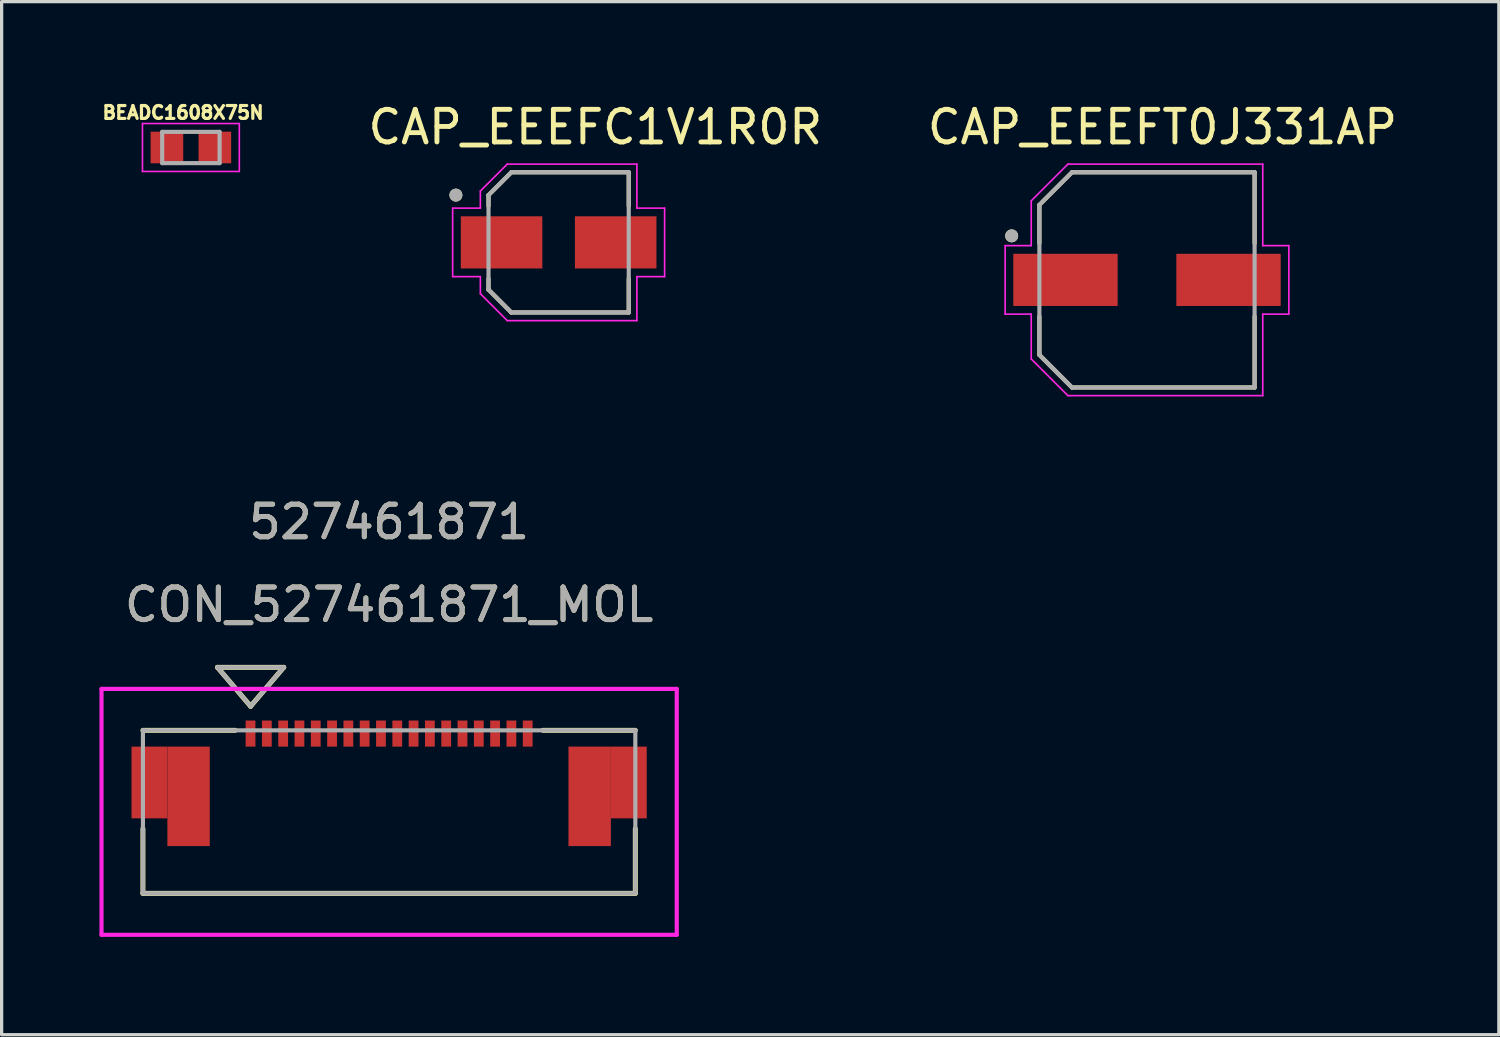
<source format=kicad_pcb>
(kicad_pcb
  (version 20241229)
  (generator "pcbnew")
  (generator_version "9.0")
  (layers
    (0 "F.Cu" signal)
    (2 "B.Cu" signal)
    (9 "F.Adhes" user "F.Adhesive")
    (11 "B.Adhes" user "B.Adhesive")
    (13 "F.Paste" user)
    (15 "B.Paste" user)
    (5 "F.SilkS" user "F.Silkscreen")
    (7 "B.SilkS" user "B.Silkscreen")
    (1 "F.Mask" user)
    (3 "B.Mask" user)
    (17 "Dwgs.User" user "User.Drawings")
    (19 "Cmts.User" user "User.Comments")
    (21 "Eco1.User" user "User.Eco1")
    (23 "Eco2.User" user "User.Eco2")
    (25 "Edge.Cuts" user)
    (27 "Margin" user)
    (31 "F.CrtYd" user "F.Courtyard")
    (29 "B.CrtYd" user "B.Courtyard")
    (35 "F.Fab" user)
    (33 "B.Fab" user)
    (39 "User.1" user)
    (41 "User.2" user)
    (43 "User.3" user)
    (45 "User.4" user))
  (footprint "CAP_EEEFT0J331AP"
    (layer "F.Cu")
    (at 32.124 5.533)
    (property "Reference" "CAP_EEEFT0J331AP" (at 0.475 -4.685 0) (layer "F.SilkS") (effects (font (size 1 1) (thickness 0.15))))
    (attr smd)
    (fp_line (start -3.3 -2.3) (end -3.3 -1.12) (stroke (width 0.127) (type solid)) (layer "F.SilkS"))
    (fp_line (start -3.3 1.12) (end -3.3 2.3) (stroke (width 0.127) (type solid)) (layer "F.SilkS"))
    (fp_line (start -3.3 2.3) (end -2.3 3.3) (stroke (width 0.127) (type solid)) (layer "F.SilkS"))
    (fp_line (start -2.3 -3.3) (end -3.3 -2.3) (stroke (width 0.127) (type solid)) (layer "F.SilkS"))
    (fp_line (start -2.3 3.3) (end 3.3 3.3) (stroke (width 0.127) (type solid)) (layer "F.SilkS"))
    (fp_line (start 3.3 -3.3) (end -2.3 -3.3) (stroke (width 0.127) (type solid)) (layer "F.SilkS"))
    (fp_line (start 3.3 -1.12) (end 3.3 -3.3) (stroke (width 0.127) (type solid)) (layer "F.SilkS"))
    (fp_line (start 3.3 3.3) (end 3.3 1.12) (stroke (width 0.127) (type solid)) (layer "F.SilkS"))
    (fp_circle (center -4.15 -1.35) (end -4.05 -1.35) (stroke (width 0.2) (type solid)) (fill no) (layer "F.SilkS"))
    (fp_line (start -4.35 -1.05) (end -3.55 -1.05) (stroke (width 0.05) (type solid)) (layer "F.CrtYd"))
    (fp_line (start -4.35 1.05) (end -4.35 -1.05) (stroke (width 0.05) (type solid)) (layer "F.CrtYd"))
    (fp_line (start -3.55 -2.425) (end -2.425 -3.55) (stroke (width 0.05) (type solid)) (layer "F.CrtYd"))
    (fp_line (start -3.55 -1.05) (end -3.55 -2.425) (stroke (width 0.05) (type solid)) (layer "F.CrtYd"))
    (fp_line (start -3.55 1.05) (end -4.35 1.05) (stroke (width 0.05) (type solid)) (layer "F.CrtYd"))
    (fp_line (start -3.55 2.425) (end -3.55 1.05) (stroke (width 0.05) (type solid)) (layer "F.CrtYd"))
    (fp_line (start -2.425 -3.55) (end 3.55 -3.55) (stroke (width 0.05) (type solid)) (layer "F.CrtYd"))
    (fp_line (start -2.425 3.55) (end -3.55 2.425) (stroke (width 0.05) (type solid)) (layer "F.CrtYd"))
    (fp_line (start 3.55 -3.55) (end 3.55 -1.05) (stroke (width 0.05) (type solid)) (layer "F.CrtYd"))
    (fp_line (start 3.55 -1.05) (end 4.35 -1.05) (stroke (width 0.05) (type solid)) (layer "F.CrtYd"))
    (fp_line (start 3.55 1.05) (end 3.55 3.55) (stroke (width 0.05) (type solid)) (layer "F.CrtYd"))
    (fp_line (start 3.55 3.55) (end -2.425 3.55) (stroke (width 0.05) (type solid)) (layer "F.CrtYd"))
    (fp_line (start 4.35 -1.05) (end 4.35 1.05) (stroke (width 0.05) (type solid)) (layer "F.CrtYd"))
    (fp_line (start 4.35 1.05) (end 3.55 1.05) (stroke (width 0.05) (type solid)) (layer "F.CrtYd"))
    (fp_line (start -3.3 -2.3) (end -3.3 2.3) (stroke (width 0.127) (type solid)) (layer "F.Fab"))
    (fp_line (start -3.3 2.3) (end -2.3 3.3) (stroke (width 0.127) (type solid)) (layer "F.Fab"))
    (fp_line (start -2.3 -3.3) (end -3.3 -2.3) (stroke (width 0.127) (type solid)) (layer "F.Fab"))
    (fp_line (start -2.3 3.3) (end 3.3 3.3) (stroke (width 0.127) (type solid)) (layer "F.Fab"))
    (fp_line (start 3.3 -3.3) (end -2.3 -3.3) (stroke (width 0.127) (type solid)) (layer "F.Fab"))
    (fp_line (start 3.3 3.3) (end 3.3 -3.3) (stroke (width 0.127) (type solid)) (layer "F.Fab"))
    (fp_circle (center -4.15 -1.35) (end -4.05 -1.35) (stroke (width 0.2) (type solid)) (fill no) (layer "F.Fab"))
    (pad "1" smd rect (at -2.5 0) (size 3.2 1.6) (layers "F.Cu" "F.Mask" "F.Paste"))
    (pad "2" smd rect (at 2.5 0) (size 3.2 1.6) (layers "F.Cu" "F.Mask" "F.Paste")))
  (footprint "CON_527461871_MOL"
    (layer "F.Cu")
    (at 8.883 21.846)
    (property "Reference" "CON_527461871_MOL" (at 0 -6.35 0) (unlocked yes) (layer "F.SilkS") (effects (font (size 1 1) (thickness 0.15))))
    (attr smd)
    (fp_poly (pts (xy -6.8 -2) (xy -7.9 -2) (xy -7.9 0.2) (xy -6.8 0.2)) (stroke (width 0) (type solid)) (fill yes) (layer "F.Cu"))
    (fp_poly (pts (xy 6.8 -2) (xy 7.9 -2) (xy 7.9 0.2) (xy 6.8 0.2)) (stroke (width 0) (type solid)) (fill yes) (layer "F.Cu"))
    (fp_poly (pts (xy -6.8 -2) (xy -7.9 -2) (xy -7.9 0.2) (xy -6.8 0.2)) (stroke (width 0) (type solid)) (fill yes) (layer "F.Mask"))
    (fp_poly (pts (xy 6.8 -2) (xy 7.9 -2) (xy 7.9 0.2) (xy 6.8 0.2)) (stroke (width 0) (type solid)) (fill yes) (layer "F.Mask"))
    (fp_line (start -7.55 0.517) (end -7.55 2.5) (stroke (width 0.152) (type solid)) (layer "F.SilkS"))
    (fp_line (start -7.55 2.5) (end 7.55 2.5) (stroke (width 0.152) (type solid)) (layer "F.SilkS"))
    (fp_line (start -5.264 -4.432) (end -4.248 -3.238) (stroke (width 0.152) (type solid)) (layer "F.SilkS"))
    (fp_line (start -5.264 -4.432) (end -3.232 -4.432) (stroke (width 0.152) (type solid)) (layer "F.SilkS"))
    (fp_line (start -4.717 -2.5) (end -7.55 -2.5) (stroke (width 0.152) (type solid)) (layer "F.SilkS"))
    (fp_line (start -3.232 -4.432) (end -4.248 -3.238) (stroke (width 0.152) (type solid)) (layer "F.SilkS"))
    (fp_line (start 7.55 -2.5) (end 4.718 -2.5) (stroke (width 0.152) (type solid)) (layer "F.SilkS"))
    (fp_line (start 7.55 2.5) (end 7.55 0.517) (stroke (width 0.152) (type solid)) (layer "F.SilkS"))
    (fp_poly (pts (xy -6.8 -2) (xy -7.9 -2) (xy -7.9 0.2) (xy -6.8 0.2)) (stroke (width 0) (type solid)) (fill yes) (layer "F.Paste"))
    (fp_poly (pts (xy 6.8 -2) (xy 7.9 -2) (xy 7.9 0.2) (xy 6.8 0.2)) (stroke (width 0) (type solid)) (fill yes) (layer "F.Paste"))
    (fp_line (start -8.82 -3.77) (end -8.82 3.77) (stroke (width 0.127) (type solid)) (layer "F.CrtYd"))
    (fp_line (start -8.82 3.77) (end 8.82 3.77) (stroke (width 0.127) (type solid)) (layer "F.CrtYd"))
    (fp_line (start 8.82 -3.77) (end -8.82 -3.77) (stroke (width 0.127) (type solid)) (layer "F.CrtYd"))
    (fp_line (start 8.82 3.77) (end 8.82 -3.77) (stroke (width 0.127) (type solid)) (layer "F.CrtYd"))
    (fp_line (start -7.55 -2.5) (end -7.55 2.5) (stroke (width 0.127) (type solid)) (layer "F.Fab"))
    (fp_line (start -7.55 2.5) (end 7.55 2.5) (stroke (width 0.127) (type solid)) (layer "F.Fab"))
    (fp_line (start -5.264 -4.432) (end -4.248 -3.238) (stroke (width 0.127) (type solid)) (layer "F.Fab"))
    (fp_line (start -5.264 -4.432) (end -3.232 -4.432) (stroke (width 0.127) (type solid)) (layer "F.Fab"))
    (fp_line (start -3.232 -4.432) (end -4.248 -3.238) (stroke (width 0.127) (type solid)) (layer "F.Fab"))
    (fp_line (start 7.55 -2.5) (end -7.55 -2.5) (stroke (width 0.127) (type solid)) (layer "F.Fab"))
    (fp_line (start 7.55 2.5) (end 7.55 -2.5) (stroke (width 0.127) (type solid)) (layer "F.Fab"))
    (fp_text user "527461871" (at 0 -8.89 0) (unlocked yes) (layer "F.SilkS") (effects (font (size 1 1) (thickness 0.15))))
    (fp_text user "${REFERENCE}" (at 0 -6.35 0) (unlocked yes) (layer "F.Fab") (effects (font (size 1 1) (thickness 0.15))))
    (fp_text user "527461871" (at 0 -8.89 0) (unlocked yes) (layer "F.Fab") (effects (font (size 1 1) (thickness 0.15))))
    (pad "1" smd rect (at -4.25 -2.4) (size 0.3 0.8) (layers "F.Cu" "F.Mask" "F.Paste"))
    (pad "2" smd rect (at -3.75 -2.4) (size 0.3 0.8) (layers "F.Cu" "F.Mask" "F.Paste"))
    (pad "3" smd rect (at -3.25 -2.4) (size 0.3 0.8) (layers "F.Cu" "F.Mask" "F.Paste"))
    (pad "4" smd rect (at -2.75 -2.4) (size 0.3 0.8) (layers "F.Cu" "F.Mask" "F.Paste"))
    (pad "5" smd rect (at -2.25 -2.4) (size 0.3 0.8) (layers "F.Cu" "F.Mask" "F.Paste"))
    (pad "6" smd rect (at -1.75 -2.4) (size 0.3 0.8) (layers "F.Cu" "F.Mask" "F.Paste"))
    (pad "7" smd rect (at -1.25 -2.4) (size 0.3 0.8) (layers "F.Cu" "F.Mask" "F.Paste"))
    (pad "8" smd rect (at -0.75 -2.4) (size 0.3 0.8) (layers "F.Cu" "F.Mask" "F.Paste"))
    (pad "9" smd rect (at -0.25 -2.4) (size 0.3 0.8) (layers "F.Cu" "F.Mask" "F.Paste"))
    (pad "10" smd rect (at 0.25 -2.4) (size 0.3 0.8) (layers "F.Cu" "F.Mask" "F.Paste"))
    (pad "11" smd rect (at 0.75 -2.4) (size 0.3 0.8) (layers "F.Cu" "F.Mask" "F.Paste"))
    (pad "12" smd rect (at 1.25 -2.4) (size 0.3 0.8) (layers "F.Cu" "F.Mask" "F.Paste"))
    (pad "13" smd rect (at 1.75 -2.4) (size 0.3 0.8) (layers "F.Cu" "F.Mask" "F.Paste"))
    (pad "14" smd rect (at 2.25 -2.4) (size 0.3 0.8) (layers "F.Cu" "F.Mask" "F.Paste"))
    (pad "15" smd rect (at 2.75 -2.4) (size 0.3 0.8) (layers "F.Cu" "F.Mask" "F.Paste"))
    (pad "16" smd rect (at 3.25 -2.4) (size 0.3 0.8) (layers "F.Cu" "F.Mask" "F.Paste"))
    (pad "17" smd rect (at 3.75 -2.4) (size 0.3 0.8) (layers "F.Cu" "F.Mask" "F.Paste"))
    (pad "18" smd rect (at 4.25 -2.4) (size 0.3 0.8) (layers "F.Cu" "F.Mask" "F.Paste"))
    (pad "P1" smd rect (at -6.15 -0.475) (size 1.3 3.05) (layers "F.Cu" "F.Mask" "F.Paste"))
    (pad "P2" smd rect (at 6.15 -0.475) (size 1.3 3.05) (layers "F.Cu" "F.Mask" "F.Paste")))
  (footprint "CAP_EEEFC1V1R0R"
    (layer "F.Cu")
    (at 14.081 4.383)
    (property "Reference" "CAP_EEEFC1V1R0R" (at 1.125 -3.535 0) (layer "F.SilkS") (effects (font (size 1 1) (thickness 0.15))))
    (attr smd)
    (fp_line (start -2.15 -1.45) (end -2.15 -1.12) (stroke (width 0.127) (type solid)) (layer "F.SilkS"))
    (fp_line (start -2.15 1.12) (end -2.15 1.45) (stroke (width 0.127) (type solid)) (layer "F.SilkS"))
    (fp_line (start -2.15 1.45) (end -1.45 2.15) (stroke (width 0.127) (type solid)) (layer "F.SilkS"))
    (fp_line (start -1.45 -2.15) (end -2.15 -1.45) (stroke (width 0.127) (type solid)) (layer "F.SilkS"))
    (fp_line (start -1.45 2.15) (end 2.15 2.15) (stroke (width 0.127) (type solid)) (layer "F.SilkS"))
    (fp_line (start 2.15 -2.15) (end -1.45 -2.15) (stroke (width 0.127) (type solid)) (layer "F.SilkS"))
    (fp_line (start 2.15 -1.12) (end 2.15 -2.15) (stroke (width 0.127) (type solid)) (layer "F.SilkS"))
    (fp_line (start 2.15 2.15) (end 2.15 1.12) (stroke (width 0.127) (type solid)) (layer "F.SilkS"))
    (fp_circle (center -3.15 -1.45) (end -3.05 -1.45) (stroke (width 0.2) (type solid)) (fill no) (layer "F.SilkS"))
    (fp_line (start -3.25 -1.05) (end -2.4 -1.05) (stroke (width 0.05) (type solid)) (layer "F.CrtYd"))
    (fp_line (start -3.25 1.05) (end -3.25 -1.05) (stroke (width 0.05) (type solid)) (layer "F.CrtYd"))
    (fp_line (start -2.4 -1.575) (end -1.575 -2.4) (stroke (width 0.05) (type solid)) (layer "F.CrtYd"))
    (fp_line (start -2.4 -1.05) (end -2.4 -1.575) (stroke (width 0.05) (type solid)) (layer "F.CrtYd"))
    (fp_line (start -2.4 1.05) (end -3.25 1.05) (stroke (width 0.05) (type solid)) (layer "F.CrtYd"))
    (fp_line (start -2.4 1.575) (end -2.4 1.05) (stroke (width 0.05) (type solid)) (layer "F.CrtYd"))
    (fp_line (start -1.575 -2.4) (end 2.4 -2.4) (stroke (width 0.05) (type solid)) (layer "F.CrtYd"))
    (fp_line (start -1.575 2.4) (end -2.4 1.575) (stroke (width 0.05) (type solid)) (layer "F.CrtYd"))
    (fp_line (start 2.4 -2.4) (end 2.4 -1.05) (stroke (width 0.05) (type solid)) (layer "F.CrtYd"))
    (fp_line (start 2.4 -1.05) (end 3.25 -1.05) (stroke (width 0.05) (type solid)) (layer "F.CrtYd"))
    (fp_line (start 2.4 1.05) (end 2.4 2.4) (stroke (width 0.05) (type solid)) (layer "F.CrtYd"))
    (fp_line (start 2.4 2.4) (end -1.575 2.4) (stroke (width 0.05) (type solid)) (layer "F.CrtYd"))
    (fp_line (start 3.25 -1.05) (end 3.25 1.05) (stroke (width 0.05) (type solid)) (layer "F.CrtYd"))
    (fp_line (start 3.25 1.05) (end 2.4 1.05) (stroke (width 0.05) (type solid)) (layer "F.CrtYd"))
    (fp_line (start -2.15 -1.45) (end -2.15 1.45) (stroke (width 0.127) (type solid)) (layer "F.Fab"))
    (fp_line (start -2.15 1.45) (end -1.45 2.15) (stroke (width 0.127) (type solid)) (layer "F.Fab"))
    (fp_line (start -1.45 -2.15) (end -2.15 -1.45) (stroke (width 0.127) (type solid)) (layer "F.Fab"))
    (fp_line (start -1.45 2.15) (end 2.15 2.15) (stroke (width 0.127) (type solid)) (layer "F.Fab"))
    (fp_line (start 2.15 -2.15) (end -1.45 -2.15) (stroke (width 0.127) (type solid)) (layer "F.Fab"))
    (fp_line (start 2.15 2.15) (end 2.15 -2.15) (stroke (width 0.127) (type solid)) (layer "F.Fab"))
    (fp_circle (center -3.15 -1.45) (end -3.05 -1.45) (stroke (width 0.2) (type solid)) (fill no) (layer "F.Fab"))
    (pad "1" smd rect (at -1.75 0) (size 2.5 1.6) (layers "F.Cu" "F.Mask" "F.Paste"))
    (pad "2" smd rect (at 1.75 0) (size 2.5 1.6) (layers "F.Cu" "F.Mask" "F.Paste")))
  (footprint "BEADC1608X75N"
    (layer "F.Cu")
    (at 2.804 1.473)
    (property "Reference" "BEADC1608X75N" (at -0.24 -1.07 0) (layer "F.SilkS") (effects (font (size 0.394 0.394) (thickness 0.15))))
    (attr smd)
    (fp_line (start -1.485 -0.735) (end 1.485 -0.735) (stroke (width 0.05) (type solid)) (layer "F.CrtYd"))
    (fp_line (start -1.485 0.735) (end -1.485 -0.735) (stroke (width 0.05) (type solid)) (layer "F.CrtYd"))
    (fp_line (start -1.485 0.735) (end 1.485 0.735) (stroke (width 0.05) (type solid)) (layer "F.CrtYd"))
    (fp_line (start 1.485 0.735) (end 1.485 -0.735) (stroke (width 0.05) (type solid)) (layer "F.CrtYd"))
    (fp_line (start -0.88 0.48) (end -0.88 -0.48) (stroke (width 0.127) (type solid)) (layer "F.Fab"))
    (fp_line (start 0.88 -0.48) (end -0.88 -0.48) (stroke (width 0.127) (type solid)) (layer "F.Fab"))
    (fp_line (start 0.88 0.48) (end -0.88 0.48) (stroke (width 0.127) (type solid)) (layer "F.Fab"))
    (fp_line (start 0.88 0.48) (end 0.88 -0.48) (stroke (width 0.127) (type solid)) (layer "F.Fab"))
    (pad "1" smd rect (at -0.735 0) (size 1 0.97) (layers "F.Cu" "F.Mask" "F.Paste"))
    (pad "2" smd rect (at 0.735 0) (size 1 0.97) (layers "F.Cu" "F.Mask" "F.Paste")))
  (gr_rect
    (start -3 -3)
    (end 42.914 28.68)
    (stroke (width 0.1) (type default))
    (fill no)
    (layer "Edge.Cuts")))
</source>
